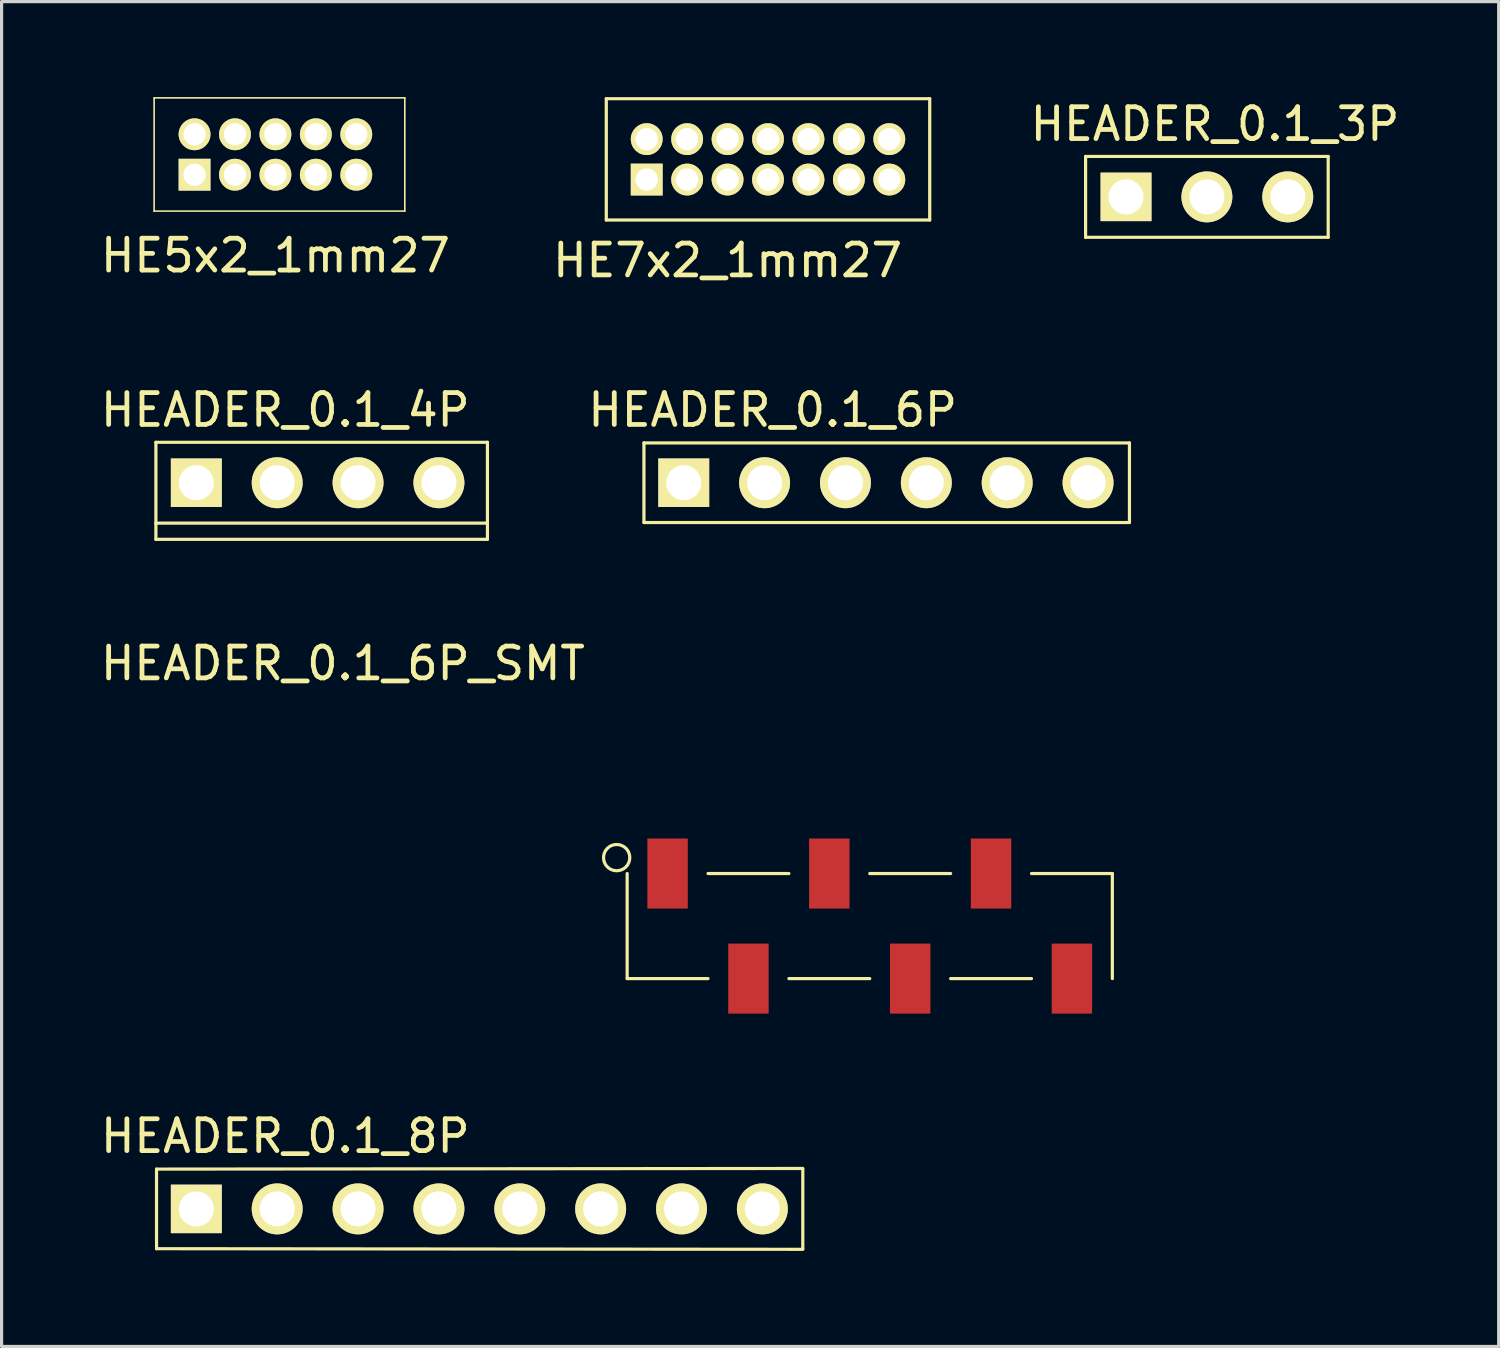
<source format=kicad_pcb>
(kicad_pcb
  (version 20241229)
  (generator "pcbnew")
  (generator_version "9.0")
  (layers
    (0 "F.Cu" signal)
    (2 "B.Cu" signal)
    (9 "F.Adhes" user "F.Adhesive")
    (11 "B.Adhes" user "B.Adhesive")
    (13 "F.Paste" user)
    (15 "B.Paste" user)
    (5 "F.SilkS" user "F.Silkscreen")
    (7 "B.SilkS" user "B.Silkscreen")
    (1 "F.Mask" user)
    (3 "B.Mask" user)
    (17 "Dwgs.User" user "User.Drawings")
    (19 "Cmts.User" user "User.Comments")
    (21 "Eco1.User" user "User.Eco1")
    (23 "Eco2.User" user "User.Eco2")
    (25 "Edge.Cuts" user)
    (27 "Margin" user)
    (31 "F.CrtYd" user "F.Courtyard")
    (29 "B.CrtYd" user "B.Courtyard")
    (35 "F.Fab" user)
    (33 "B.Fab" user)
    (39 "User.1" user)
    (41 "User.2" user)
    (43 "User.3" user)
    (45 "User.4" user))
  (footprint "HEADER_0.1_8P"
    (layer "F.Cu")
    (at 3.117 34.923)
    (property "Reference" "HEADER_0.1_8P" (at 2.794 -2.286 0) (layer "F.SilkS") (effects (font (size 1 1) (thickness 0.15))))
    (attr through_hole)
    (fp_line (start -1.25 -1.25) (end -1.25 1.25) (stroke (width 0.1) (type solid)) (layer "F.SilkS"))
    (fp_line (start -1.25 1.25) (end 19.05 1.27) (stroke (width 0.1) (type solid)) (layer "F.SilkS"))
    (fp_line (start 19.05 -1.27) (end -1.25 -1.25) (stroke (width 0.1) (type solid)) (layer "F.SilkS"))
    (fp_line (start 19.05 1.25) (end 19.05 -1.25) (stroke (width 0.1) (type solid)) (layer "F.SilkS"))
    (pad "1" thru_hole rect (at 0 0) (size 1.6 1.524) (drill 1.1) (layers "*.Cu" "*.Mask" "F.SilkS"))
    (pad "2" thru_hole circle (at 2.54 0) (size 1.6 1.6) (drill 1.1) (layers "*.Cu" "*.Mask" "F.SilkS"))
    (pad "3" thru_hole circle (at 5.08 0) (size 1.6 1.6) (drill 1.1) (layers "*.Cu" "*.Mask" "F.SilkS"))
    (pad "4" thru_hole circle (at 7.62 0) (size 1.6 1.6) (drill 1.1) (layers "*.Cu" "*.Mask" "F.SilkS"))
    (pad "5" thru_hole circle (at 10.16 0) (size 1.6 1.6) (drill 1.1) (layers "*.Cu" "*.Mask" "F.SilkS"))
    (pad "6" thru_hole circle (at 12.7 0) (size 1.6 1.6) (drill 1.1) (layers "*.Cu" "*.Mask" "F.SilkS"))
    (pad "7" thru_hole circle (at 15.24 0) (size 1.6 1.6) (drill 1.1) (layers "*.Cu" "*.Mask" "F.SilkS"))
    (pad "8" thru_hole circle (at 17.78 0) (size 1.6 1.6) (drill 1.1) (layers "*.Cu" "*.Mask" "F.SilkS")))
  (footprint "HEADER_0.1_4P"
    (layer "F.Cu")
    (at 3.117 12.113)
    (property "Reference" "HEADER_0.1_4P" (at 2.794 -2.286 0) (layer "F.SilkS") (effects (font (size 1 1) (thickness 0.15))))
    (attr through_hole)
    (fp_line (start -1.27 -1.27) (end -1.27 1.27) (stroke (width 0.1) (type solid)) (layer "F.SilkS"))
    (fp_line (start -1.27 1.27) (end -1.27 1.778) (stroke (width 0.1) (type solid)) (layer "F.SilkS"))
    (fp_line (start -1.27 1.27) (end 9.144 1.27) (stroke (width 0.1) (type solid)) (layer "F.SilkS"))
    (fp_line (start -1.27 1.778) (end 9.144 1.778) (stroke (width 0.1) (type solid)) (layer "F.SilkS"))
    (fp_line (start 9.144 -1.27) (end -1.27 -1.27) (stroke (width 0.1) (type solid)) (layer "F.SilkS"))
    (fp_line (start 9.144 1.27) (end 9.144 -1.27) (stroke (width 0.1) (type solid)) (layer "F.SilkS"))
    (fp_line (start 9.144 1.778) (end 9.144 1.27) (stroke (width 0.1) (type solid)) (layer "F.SilkS"))
    (pad "1" thru_hole rect (at 0 0) (size 1.6 1.524) (drill 1.1) (layers "*.Cu" "*.Mask" "F.SilkS"))
    (pad "2" thru_hole circle (at 2.54 0) (size 1.6 1.6) (drill 1.1) (layers "*.Cu" "*.Mask" "F.SilkS"))
    (pad "3" thru_hole circle (at 5.08 0) (size 1.6 1.6) (drill 1.1) (layers "*.Cu" "*.Mask" "F.SilkS"))
    (pad "4" thru_hole circle (at 7.62 0) (size 1.6 1.6) (drill 1.1) (layers "*.Cu" "*.Mask" "F.SilkS")))
  (footprint "HEADER_0.1_6P_SMT"
    (layer "F.Cu")
    (at 17.92 24.389)
    (property "Reference" "HEADER_0.1_6P_SMT" (at -10.2 -6.6 0) (layer "F.SilkS") (effects (font (size 1 1) (thickness 0.15))))
    (attr through_hole)
    (fp_line (start -1.27 0) (end -1.27 3.3) (stroke (width 0.1) (type solid)) (layer "F.SilkS"))
    (fp_line (start -1.27 3.3) (end 1.27 3.3) (stroke (width 0.1) (type solid)) (layer "F.SilkS"))
    (fp_line (start 3.81 0) (end 1.27 0) (stroke (width 0.1) (type solid)) (layer "F.SilkS"))
    (fp_line (start 3.81 3.3) (end 6.35 3.3) (stroke (width 0.1) (type solid)) (layer "F.SilkS"))
    (fp_line (start 8.89 0) (end 6.35 0) (stroke (width 0.1) (type solid)) (layer "F.SilkS"))
    (fp_line (start 8.89 3.3) (end 11.43 3.3) (stroke (width 0.1) (type solid)) (layer "F.SilkS"))
    (fp_line (start 11.43 0) (end 13.97 0) (stroke (width 0.1) (type solid)) (layer "F.SilkS"))
    (fp_line (start 13.97 0) (end 13.97 3.3) (stroke (width 0.1) (type solid)) (layer "F.SilkS"))
    (fp_circle (center -1.6 -0.5) (end -1.5 -0.1) (stroke (width 0.1) (type solid)) (fill no) (layer "F.SilkS"))
    (pad "1" smd rect (at 0 0) (size 1.27 2.2) (layers "F.Cu" "F.Mask" "F.Paste"))
    (pad "2" smd rect (at 2.54 3.3) (size 1.27 2.2) (layers "F.Cu" "F.Mask" "F.Paste"))
    (pad "3" smd rect (at 5.08 0) (size 1.27 2.2) (layers "F.Cu" "F.Mask" "F.Paste"))
    (pad "4" smd rect (at 7.62 3.3) (size 1.27 2.2) (layers "F.Cu" "F.Mask" "F.Paste"))
    (pad "5" smd rect (at 10.16 0) (size 1.27 2.2) (layers "F.Cu" "F.Mask" "F.Paste"))
    (pad "6" smd rect (at 12.7 3.3) (size 1.27 2.2) (layers "F.Cu" "F.Mask" "F.Paste")))
  (footprint "HEADER_0.1_3P"
    (layer "F.Cu")
    (at 32.32 3.134)
    (property "Reference" "HEADER_0.1_3P" (at 2.794 -2.286 0) (layer "F.SilkS") (effects (font (size 1 1) (thickness 0.15))))
    (attr through_hole)
    (fp_line (start -1.27 -1.27) (end -1.27 1.27) (stroke (width 0.1) (type solid)) (layer "F.SilkS"))
    (fp_line (start -1.27 1.27) (end 6.35 1.27) (stroke (width 0.1) (type solid)) (layer "F.SilkS"))
    (fp_line (start 6.35 -1.27) (end -1.27 -1.27) (stroke (width 0.1) (type solid)) (layer "F.SilkS"))
    (fp_line (start 6.35 1.27) (end 6.35 -1.27) (stroke (width 0.1) (type solid)) (layer "F.SilkS"))
    (pad "1" thru_hole rect (at 0 0) (size 1.6 1.524) (drill 1.1) (layers "*.Cu" "*.Mask" "F.SilkS"))
    (pad "2" thru_hole circle (at 2.54 0) (size 1.6 1.6) (drill 1.1) (layers "*.Cu" "*.Mask" "F.SilkS"))
    (pad "3" thru_hole circle (at 5.08 0) (size 1.6 1.6) (drill 1.1) (layers "*.Cu" "*.Mask" "F.SilkS")))
  (footprint "HE5x2_1mm27"
    (layer "F.Cu")
    (at 5.601 1.803)
    (property "Reference" "HE5x2_1mm27" (at 0 3.175 0) (layer "F.SilkS") (effects (font (size 1 1) (thickness 0.15))))
    (attr through_hole)
    (fp_line (start -3.81 -1.778) (end -3.81 1.778) (stroke (width 0.05) (type solid)) (layer "F.SilkS"))
    (fp_line (start -3.81 1.778) (end 4.064 1.778) (stroke (width 0.05) (type solid)) (layer "F.SilkS"))
    (fp_line (start 4.064 -1.778) (end -3.81 -1.778) (stroke (width 0.05) (type solid)) (layer "F.SilkS"))
    (fp_line (start 4.064 1.778) (end 4.064 -1.778) (stroke (width 0.05) (type solid)) (layer "F.SilkS"))
    (pad "1" thru_hole rect (at -2.54 0.635) (size 1 1) (drill 0.7) (layers "*.Cu" "*.Mask" "F.SilkS"))
    (pad "2" thru_hole circle (at -2.54 -0.635) (size 1 1) (drill 0.7) (layers "*.Cu" "*.Mask" "F.SilkS"))
    (pad "3" thru_hole circle (at -1.27 0.635) (size 1 1) (drill 0.7) (layers "*.Cu" "*.Mask" "F.SilkS"))
    (pad "4" thru_hole circle (at -1.27 -0.635) (size 1 1) (drill 0.7) (layers "*.Cu" "*.Mask" "F.SilkS"))
    (pad "5" thru_hole circle (at 0 0.635) (size 1 1) (drill 0.7) (layers "*.Cu" "*.Mask" "F.SilkS"))
    (pad "6" thru_hole circle (at 0 -0.635) (size 1 1) (drill 0.7) (layers "*.Cu" "*.Mask" "F.SilkS"))
    (pad "7" thru_hole circle (at 1.27 0.635) (size 1 1) (drill 0.7) (layers "*.Cu" "*.Mask" "F.SilkS"))
    (pad "8" thru_hole circle (at 1.27 -0.635) (size 1 1) (drill 0.7) (layers "*.Cu" "*.Mask" "F.SilkS"))
    (pad "9" thru_hole circle (at 2.54 0.635) (size 1 1) (drill 0.7) (layers "*.Cu" "*.Mask" "F.SilkS"))
    (pad "10" thru_hole circle (at 2.54 -0.635) (size 1 1) (drill 0.7) (layers "*.Cu" "*.Mask" "F.SilkS")))
  (footprint "HE7x2_1mm27"
    (layer "F.Cu")
    (at 19.804 1.955)
    (property "Reference" "HE7x2_1mm27" (at 0 3.175 0) (layer "F.SilkS") (effects (font (size 1 1) (thickness 0.15))))
    (attr through_hole)
    (fp_line (start -3.81 -1.905) (end 6.35 -1.905) (stroke (width 0.1) (type solid)) (layer "F.SilkS"))
    (fp_line (start -3.81 -1.778) (end -3.81 1.778) (stroke (width 0.05) (type solid)) (layer "F.SilkS"))
    (fp_line (start -3.81 1.905) (end -3.81 -1.905) (stroke (width 0.1) (type solid)) (layer "F.SilkS"))
    (fp_line (start 6.35 -1.905) (end 6.35 1.905) (stroke (width 0.1) (type solid)) (layer "F.SilkS"))
    (fp_line (start 6.35 1.905) (end -3.81 1.905) (stroke (width 0.1) (type solid)) (layer "F.SilkS"))
    (pad "1" thru_hole rect (at -2.54 0.635) (size 1 1) (drill 0.7) (layers "*.Cu" "*.Mask" "F.SilkS"))
    (pad "2" thru_hole circle (at -2.54 -0.635) (size 1 1) (drill 0.7) (layers "*.Cu" "*.Mask" "F.SilkS"))
    (pad "3" thru_hole circle (at -1.27 0.635) (size 1 1) (drill 0.7) (layers "*.Cu" "*.Mask" "F.SilkS"))
    (pad "4" thru_hole circle (at -1.27 -0.635) (size 1 1) (drill 0.7) (layers "*.Cu" "*.Mask" "F.SilkS"))
    (pad "5" thru_hole circle (at 0 0.635) (size 1 1) (drill 0.7) (layers "*.Cu" "*.Mask" "F.SilkS"))
    (pad "6" thru_hole circle (at 0 -0.635) (size 1 1) (drill 0.7) (layers "*.Cu" "*.Mask" "F.SilkS"))
    (pad "7" thru_hole circle (at 1.27 0.635) (size 1 1) (drill 0.7) (layers "*.Cu" "*.Mask" "F.SilkS"))
    (pad "8" thru_hole circle (at 1.27 -0.635) (size 1 1) (drill 0.7) (layers "*.Cu" "*.Mask" "F.SilkS"))
    (pad "9" thru_hole circle (at 2.54 0.635) (size 1 1) (drill 0.7) (layers "*.Cu" "*.Mask" "F.SilkS"))
    (pad "10" thru_hole circle (at 2.54 -0.635) (size 1 1) (drill 0.7) (layers "*.Cu" "*.Mask" "F.SilkS"))
    (pad "11" thru_hole circle (at 3.81 0.635) (size 1 1) (drill 0.7) (layers "*.Cu" "*.Mask" "F.SilkS"))
    (pad "12" thru_hole circle (at 3.81 -0.635) (size 1 1) (drill 0.7) (layers "*.Cu" "*.Mask" "F.SilkS"))
    (pad "13" thru_hole circle (at 5.08 0.635) (size 1 1) (drill 0.7) (layers "*.Cu" "*.Mask" "F.SilkS"))
    (pad "14" thru_hole circle (at 5.08 -0.635) (size 1 1) (drill 0.7) (layers "*.Cu" "*.Mask" "F.SilkS")))
  (footprint "HEADER_0.1_6P"
    (layer "F.Cu")
    (at 18.427 12.113)
    (property "Reference" "HEADER_0.1_6P" (at 2.794 -2.286 0) (layer "F.SilkS") (effects (font (size 1 1) (thickness 0.15))))
    (attr through_hole)
    (fp_line (start -1.25 -1.25) (end -1.25 1.25) (stroke (width 0.1) (type solid)) (layer "F.SilkS"))
    (fp_line (start -1.25 1.25) (end 14 1.25) (stroke (width 0.1) (type solid)) (layer "F.SilkS"))
    (fp_line (start 14 -1.25) (end -1.25 -1.25) (stroke (width 0.1) (type solid)) (layer "F.SilkS"))
    (fp_line (start 14 1.25) (end 14 -1.25) (stroke (width 0.1) (type solid)) (layer "F.SilkS"))
    (pad "1" thru_hole rect (at 0 0) (size 1.6 1.524) (drill 1.1) (layers "*.Cu" "*.Mask" "F.SilkS"))
    (pad "2" thru_hole circle (at 2.54 0) (size 1.6 1.6) (drill 1.1) (layers "*.Cu" "*.Mask" "F.SilkS"))
    (pad "3" thru_hole circle (at 5.08 0) (size 1.6 1.6) (drill 1.1) (layers "*.Cu" "*.Mask" "F.SilkS"))
    (pad "4" thru_hole circle (at 7.62 0) (size 1.6 1.6) (drill 1.1) (layers "*.Cu" "*.Mask" "F.SilkS"))
    (pad "5" thru_hole circle (at 10.16 0) (size 1.6 1.6) (drill 1.1) (layers "*.Cu" "*.Mask" "F.SilkS"))
    (pad "6" thru_hole circle (at 12.7 0) (size 1.6 1.6) (drill 1.1) (layers "*.Cu" "*.Mask" "F.SilkS")))
  (gr_rect
    (start -3 -3)
    (end 44.025 39.243)
    (stroke (width 0.1) (type default))
    (fill no)
    (layer "Edge.Cuts")))
</source>
